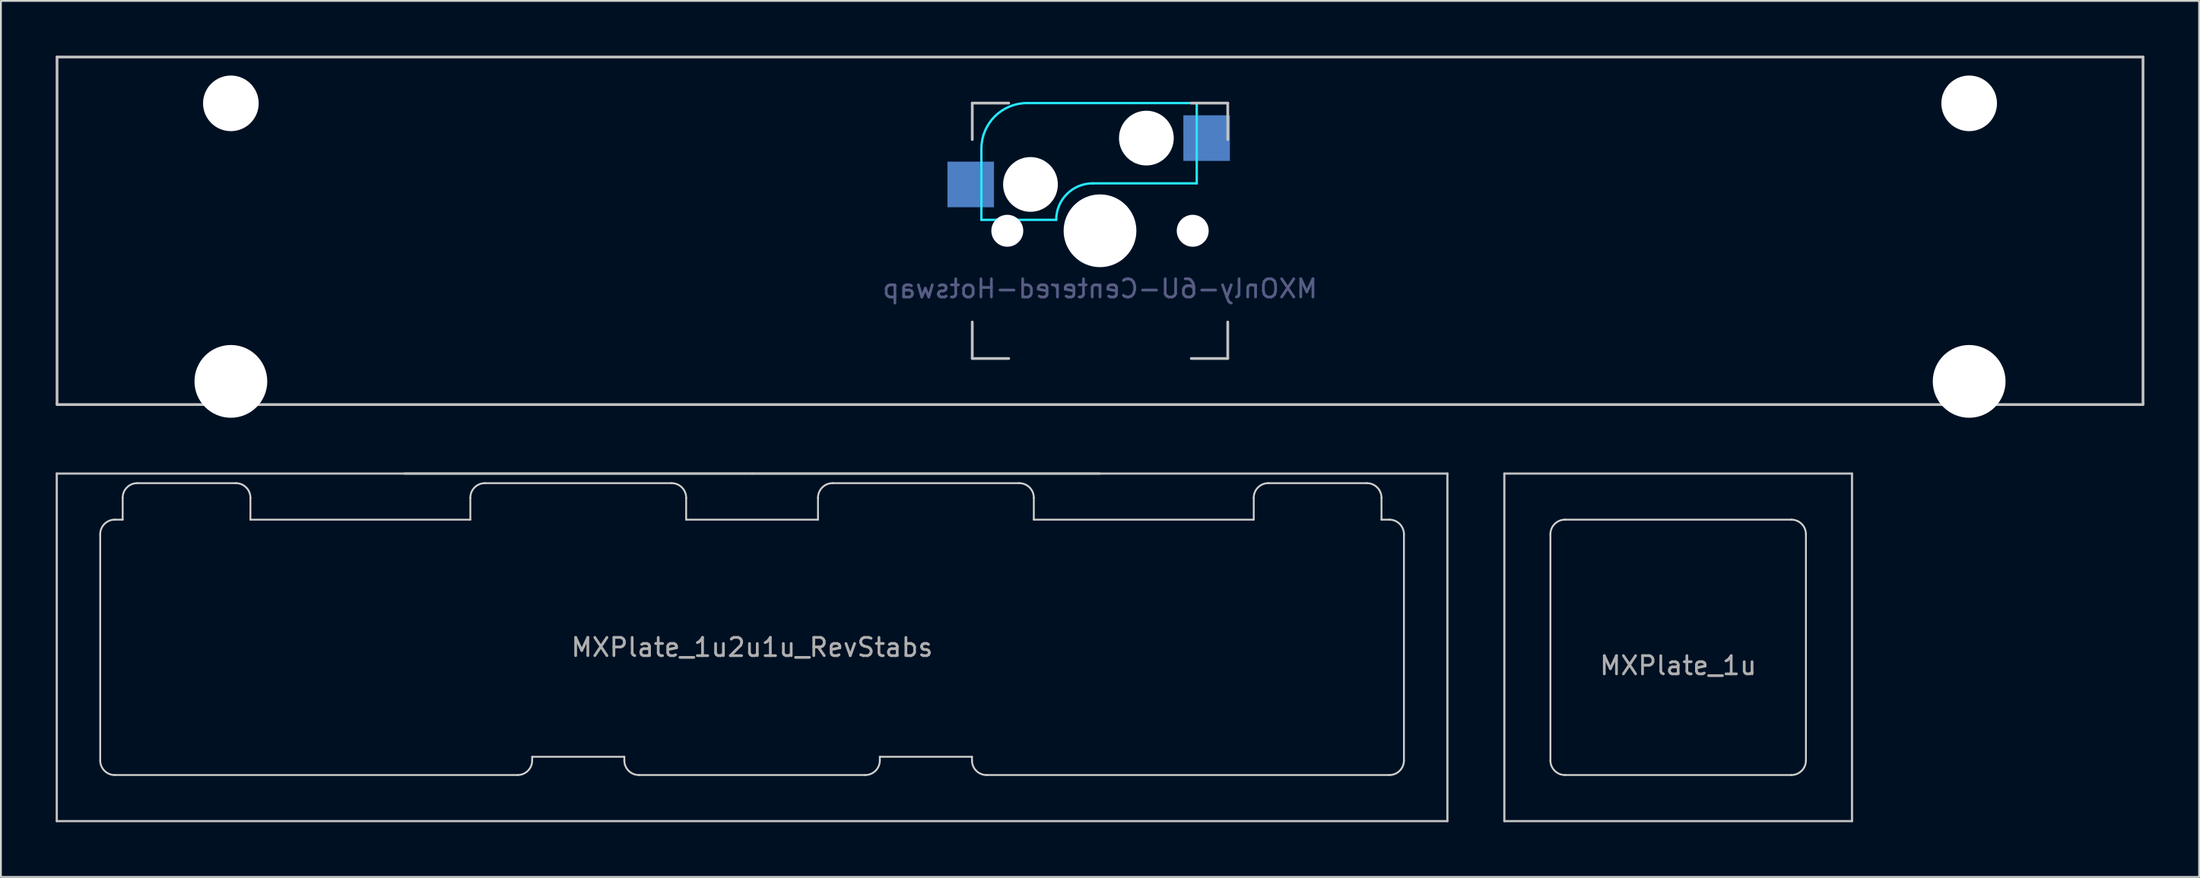
<source format=kicad_pcb>
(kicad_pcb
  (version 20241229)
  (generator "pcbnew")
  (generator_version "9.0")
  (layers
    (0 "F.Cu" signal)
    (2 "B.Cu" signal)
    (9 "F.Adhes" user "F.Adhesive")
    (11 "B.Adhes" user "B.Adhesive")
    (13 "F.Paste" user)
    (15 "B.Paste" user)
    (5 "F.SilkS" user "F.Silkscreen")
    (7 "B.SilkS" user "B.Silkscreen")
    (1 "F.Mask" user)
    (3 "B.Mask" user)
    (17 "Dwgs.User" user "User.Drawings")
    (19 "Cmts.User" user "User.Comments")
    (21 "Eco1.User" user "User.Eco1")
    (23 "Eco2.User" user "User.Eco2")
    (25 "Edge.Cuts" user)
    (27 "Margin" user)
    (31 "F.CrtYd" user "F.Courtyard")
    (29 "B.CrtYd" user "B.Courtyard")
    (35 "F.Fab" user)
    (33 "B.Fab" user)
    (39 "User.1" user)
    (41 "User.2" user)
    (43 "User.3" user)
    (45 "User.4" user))
  (footprint "MXPlate_1u2u1u_RevStabs"
    (layer "F.Cu")
    (at 38.16 32.434)
    (property "Reference" "MXPlate_1u2u1u_RevStabs" (at 0 0 0) (layer "F.Fab") (effects (font (size 1 1) (thickness 0.15))))
    (attr through_hole)
    (fp_line (start -38.1 -9.525) (end -38.1 9.525) (stroke (width 0.12) (type solid)) (layer "Dwgs.User"))
    (fp_line (start -38.1 -9.525) (end 0 -9.525) (stroke (width 0.12) (type solid)) (layer "Dwgs.User"))
    (fp_line (start -38.1 9.525) (end 38.1 9.525) (stroke (width 0.12) (type solid)) (layer "Dwgs.User"))
    (fp_line (start -19.05 -9.525) (end 19.05 -9.525) (stroke (width 0.12) (type solid)) (layer "Dwgs.User"))
    (fp_line (start 0 -9.525) (end 38.1 -9.525) (stroke (width 0.12) (type solid)) (layer "Dwgs.User"))
    (fp_line (start 38.1 -9.525) (end 38.1 9.525) (stroke (width 0.12) (type solid)) (layer "Dwgs.User"))
    (fp_line (start -35.719 -6.2) (end -35.719 6.2) (stroke (width 0.1) (type solid)) (layer "Edge.Cuts"))
    (fp_line (start -34.919 -7) (end -34.488 -7) (stroke (width 0.1) (type solid)) (layer "Edge.Cuts"))
    (fp_line (start -34.919 7) (end -12.85 7) (stroke (width 0.1) (type solid)) (layer "Edge.Cuts"))
    (fp_line (start -34.488 -7) (end -34.488 -8.2) (stroke (width 0.1) (type solid)) (layer "Edge.Cuts"))
    (fp_line (start -33.688 -9) (end -28.288 -9) (stroke (width 0.1) (type solid)) (layer "Edge.Cuts"))
    (fp_line (start -27.488 -8.2) (end -27.488 -7) (stroke (width 0.1) (type solid)) (layer "Edge.Cuts"))
    (fp_line (start -15.438 -7) (end -27.488 -7) (stroke (width 0.1) (type solid)) (layer "Edge.Cuts"))
    (fp_line (start -15.438 -7) (end -15.438 -8.2) (stroke (width 0.1) (type solid)) (layer "Edge.Cuts"))
    (fp_line (start -14.638 -9) (end -4.412 -9) (stroke (width 0.1) (type solid)) (layer "Edge.Cuts"))
    (fp_line (start -12.05 6.2) (end -12.05 6) (stroke (width 0.1) (type solid)) (layer "Edge.Cuts"))
    (fp_line (start -7 6) (end -12.05 6) (stroke (width 0.1) (type solid)) (layer "Edge.Cuts"))
    (fp_line (start -7 6) (end -7 6.2) (stroke (width 0.1) (type solid)) (layer "Edge.Cuts"))
    (fp_line (start -6.2 7) (end 6.2 7) (stroke (width 0.1) (type solid)) (layer "Edge.Cuts"))
    (fp_line (start -3.612 -8.2) (end -3.612 -7) (stroke (width 0.1) (type solid)) (layer "Edge.Cuts"))
    (fp_line (start 3.612 -7) (end -3.612 -7) (stroke (width 0.1) (type solid)) (layer "Edge.Cuts"))
    (fp_line (start 3.612 -7) (end 3.612 -8.2) (stroke (width 0.1) (type solid)) (layer "Edge.Cuts"))
    (fp_line (start 4.412 -9) (end 14.638 -9) (stroke (width 0.1) (type solid)) (layer "Edge.Cuts"))
    (fp_line (start 7 6.2) (end 7 6) (stroke (width 0.1) (type solid)) (layer "Edge.Cuts"))
    (fp_line (start 12.05 6) (end 7 6) (stroke (width 0.1) (type solid)) (layer "Edge.Cuts"))
    (fp_line (start 12.05 6) (end 12.05 6.2) (stroke (width 0.1) (type solid)) (layer "Edge.Cuts"))
    (fp_line (start 12.85 7) (end 34.919 7) (stroke (width 0.1) (type solid)) (layer "Edge.Cuts"))
    (fp_line (start 15.438 -8.2) (end 15.438 -7) (stroke (width 0.1) (type solid)) (layer "Edge.Cuts"))
    (fp_line (start 27.488 -7) (end 15.438 -7) (stroke (width 0.1) (type solid)) (layer "Edge.Cuts"))
    (fp_line (start 27.488 -7) (end 27.488 -8.2) (stroke (width 0.1) (type solid)) (layer "Edge.Cuts"))
    (fp_line (start 28.288 -9) (end 33.688 -9) (stroke (width 0.1) (type solid)) (layer "Edge.Cuts"))
    (fp_line (start 34.488 -8.2) (end 34.488 -7) (stroke (width 0.1) (type solid)) (layer "Edge.Cuts"))
    (fp_line (start 34.919 -7) (end 34.488 -7) (stroke (width 0.1) (type solid)) (layer "Edge.Cuts"))
    (fp_line (start 35.719 6.2) (end 35.719 -6.2) (stroke (width 0.1) (type solid)) (layer "Edge.Cuts"))
    (fp_arc (start -35.71875 -6.2) (mid -35.484435 -6.765685) (end -34.91875 -7) (stroke (width 0.1) (type solid)) (layer "Edge.Cuts"))
    (fp_arc (start -34.91875 7) (mid -35.484435 6.765685) (end -35.71875 6.2) (stroke (width 0.1) (type solid)) (layer "Edge.Cuts"))
    (fp_arc (start -34.488 -8.2) (mid -34.253685 -8.765685) (end -33.688 -9) (stroke (width 0.1) (type solid)) (layer "Edge.Cuts"))
    (fp_arc (start -28.288 -9) (mid -27.722315 -8.765685) (end -27.488 -8.2) (stroke (width 0.1) (type solid)) (layer "Edge.Cuts"))
    (fp_arc (start -15.438 -8.2) (mid -15.203685 -8.765685) (end -14.638 -9) (stroke (width 0.1) (type solid)) (layer "Edge.Cuts"))
    (fp_arc (start -12.05 6.200001) (mid -12.284315 6.765686) (end -12.85 7.000001) (stroke (width 0.1) (type solid)) (layer "Edge.Cuts"))
    (fp_arc (start -6.2 7) (mid -6.765685 6.765685) (end -7 6.2) (stroke (width 0.1) (type solid)) (layer "Edge.Cuts"))
    (fp_arc (start -4.412 -9) (mid -3.846315 -8.765685) (end -3.612 -8.2) (stroke (width 0.1) (type solid)) (layer "Edge.Cuts"))
    (fp_arc (start 3.612 -8.2) (mid 3.846315 -8.765685) (end 4.412 -9) (stroke (width 0.1) (type solid)) (layer "Edge.Cuts"))
    (fp_arc (start 7 6.200001) (mid 6.765685 6.765686) (end 6.2 7.000001) (stroke (width 0.1) (type solid)) (layer "Edge.Cuts"))
    (fp_arc (start 12.85 7) (mid 12.284315 6.765685) (end 12.05 6.2) (stroke (width 0.1) (type solid)) (layer "Edge.Cuts"))
    (fp_arc (start 14.638 -9) (mid 15.203685 -8.765685) (end 15.438 -8.2) (stroke (width 0.1) (type solid)) (layer "Edge.Cuts"))
    (fp_arc (start 27.488 -8.2) (mid 27.722315 -8.765685) (end 28.288 -9) (stroke (width 0.1) (type solid)) (layer "Edge.Cuts"))
    (fp_arc (start 33.688 -9) (mid 34.253685 -8.765685) (end 34.488 -8.2) (stroke (width 0.1) (type solid)) (layer "Edge.Cuts"))
    (fp_arc (start 34.91875 -7) (mid 35.484435 -6.765685) (end 35.71875 -6.2) (stroke (width 0.1) (type solid)) (layer "Edge.Cuts"))
    (fp_arc (start 35.71875 6.200001) (mid 35.484435 6.765686) (end 34.91875 7.000001) (stroke (width 0.1) (type solid)) (layer "Edge.Cuts")))
  (footprint "MXPlate_1u"
    (layer "F.Cu")
    (at 88.905 32.434)
    (property "Reference" "MXPlate_1u" (at 0 1 0) (layer "F.Fab") (effects (font (size 1 1) (thickness 0.15))))
    (attr through_hole)
    (fp_line (start -9.525 -9.525) (end -9.525 9.525) (stroke (width 0.12) (type solid)) (layer "Dwgs.User"))
    (fp_line (start -9.525 -9.525) (end 9.525 -9.525) (stroke (width 0.12) (type solid)) (layer "Dwgs.User"))
    (fp_line (start -9.525 9.525) (end 9.525 9.525) (stroke (width 0.12) (type solid)) (layer "Dwgs.User"))
    (fp_line (start 9.525 9.525) (end 9.525 -9.525) (stroke (width 0.12) (type solid)) (layer "Dwgs.User"))
    (fp_line (start -7 -6.2) (end -7 6.2) (stroke (width 0.1) (type solid)) (layer "Edge.Cuts"))
    (fp_line (start -6.2 7) (end 6.2 7) (stroke (width 0.1) (type solid)) (layer "Edge.Cuts"))
    (fp_line (start 6.2 -7) (end -6.2 -7) (stroke (width 0.1) (type solid)) (layer "Edge.Cuts"))
    (fp_line (start 7 6.2) (end 7 -6.2) (stroke (width 0.1) (type solid)) (layer "Edge.Cuts"))
    (fp_arc (start -7 -6.2) (mid -6.765685 -6.765685) (end -6.2 -7) (stroke (width 0.1) (type solid)) (layer "Edge.Cuts"))
    (fp_arc (start -6.2 7) (mid -6.765685 6.765685) (end -7 6.2) (stroke (width 0.1) (type solid)) (layer "Edge.Cuts"))
    (fp_arc (start 6.2 -7) (mid 6.765685 -6.765685) (end 7 -6.2) (stroke (width 0.1) (type solid)) (layer "Edge.Cuts"))
    (fp_arc (start 7 6.2) (mid 6.765685 6.765685) (end 6.2 7) (stroke (width 0.1) (type solid)) (layer "Edge.Cuts")))
  (footprint "MXOnly-6U-Centered-Hotswap"
    (layer "F.Cu")
    (at 57.225 9.6)
    (property "Reference" "MXOnly-6U-Centered-Hotswap" (at 0 3.175 0) (layer "B.Fab") (effects (font (size 1 1) (thickness 0.15)) (justify mirror)))
    (attr through_hole)
    (fp_line (start -57.15 -9.525) (end 57.15 -9.525) (stroke (width 0.15) (type solid)) (layer "Dwgs.User"))
    (fp_line (start -57.15 9.525) (end -57.15 -9.525) (stroke (width 0.15) (type solid)) (layer "Dwgs.User"))
    (fp_line (start -57.15 9.525) (end 57.15 9.525) (stroke (width 0.15) (type solid)) (layer "Dwgs.User"))
    (fp_line (start -7 -7) (end -7 -5) (stroke (width 0.15) (type solid)) (layer "Dwgs.User"))
    (fp_line (start -7 5) (end -7 7) (stroke (width 0.15) (type solid)) (layer "Dwgs.User"))
    (fp_line (start -7 7) (end -5 7) (stroke (width 0.15) (type solid)) (layer "Dwgs.User"))
    (fp_line (start -5 -7) (end -7 -7) (stroke (width 0.15) (type solid)) (layer "Dwgs.User"))
    (fp_line (start 5 -7) (end 7 -7) (stroke (width 0.15) (type solid)) (layer "Dwgs.User"))
    (fp_line (start 5 7) (end 7 7) (stroke (width 0.15) (type solid)) (layer "Dwgs.User"))
    (fp_line (start 7 -7) (end 7 -5) (stroke (width 0.15) (type solid)) (layer "Dwgs.User"))
    (fp_line (start 7 7) (end 7 5) (stroke (width 0.15) (type solid)) (layer "Dwgs.User"))
    (fp_line (start 57.15 -9.525) (end 57.15 9.525) (stroke (width 0.15) (type solid)) (layer "Dwgs.User"))
    (fp_line (start -6.5 -4.5) (end -6.5 -0.6) (stroke (width 0.127) (type solid)) (layer "B.CrtYd"))
    (fp_line (start -6.5 -0.6) (end -2.4 -0.6) (stroke (width 0.127) (type solid)) (layer "B.CrtYd"))
    (fp_line (start -0.4 -2.6) (end 5.3 -2.6) (stroke (width 0.127) (type solid)) (layer "B.CrtYd"))
    (fp_line (start 5.3 -7) (end -4 -7) (stroke (width 0.127) (type solid)) (layer "B.CrtYd"))
    (fp_line (start 5.3 -7) (end 5.3 -2.6) (stroke (width 0.127) (type solid)) (layer "B.CrtYd"))
    (fp_arc (start -6.5 -4.5) (mid -5.767767 -6.267767) (end -4 -7) (stroke (width 0.127) (type solid)) (layer "B.CrtYd"))
    (fp_arc (start -2.4 -0.6) (mid -1.814214 -2.014214) (end -0.4 -2.6) (stroke (width 0.127) (type solid)) (layer "B.CrtYd"))
    (pad "" np_thru_hole circle (at -47.625 -6.985) (size 3.048 3.048) (drill 3.048) (layers "*.Cu" "*.Mask"))
    (pad "" np_thru_hole circle (at -47.625 8.255) (size 3.988 3.988) (drill 3.988) (layers "*.Cu" "*.Mask"))
    (pad "" np_thru_hole circle (at -5.08 0 48.1) (size 1.75 1.75) (drill 1.75) (layers "*.Cu" "*.Mask"))
    (pad "" np_thru_hole circle (at -3.81 -2.54) (size 3 3) (drill 3) (layers "*.Cu" "*.Mask"))
    (pad "" np_thru_hole circle (at 0 0) (size 3.988 3.988) (drill 3.988) (layers "*.Cu" "*.Mask"))
    (pad "" np_thru_hole circle (at 2.54 -5.08) (size 3 3) (drill 3) (layers "*.Cu" "*.Mask"))
    (pad "" np_thru_hole circle (at 5.08 0 48.1) (size 1.75 1.75) (drill 1.75) (layers "*.Cu" "*.Mask"))
    (pad "" np_thru_hole circle (at 47.625 -6.985) (size 3.048 3.048) (drill 3.048) (layers "*.Cu" "*.Mask"))
    (pad "" np_thru_hole circle (at 47.625 8.255) (size 3.988 3.988) (drill 3.988) (layers "*.Cu" "*.Mask"))
    (pad "1" smd rect (at -7.085 -2.54) (size 2.55 2.5) (layers "B.Cu" "B.Mask" "B.Paste"))
    (pad "2" smd rect (at 5.842 -5.08) (size 2.55 2.5) (layers "B.Cu" "B.Mask" "B.Paste")))
  (gr_rect
    (start -3 -3)
    (end 117.45 45.019)
    (stroke (width 0.1) (type default))
    (fill no)
    (layer "Edge.Cuts")))
</source>
